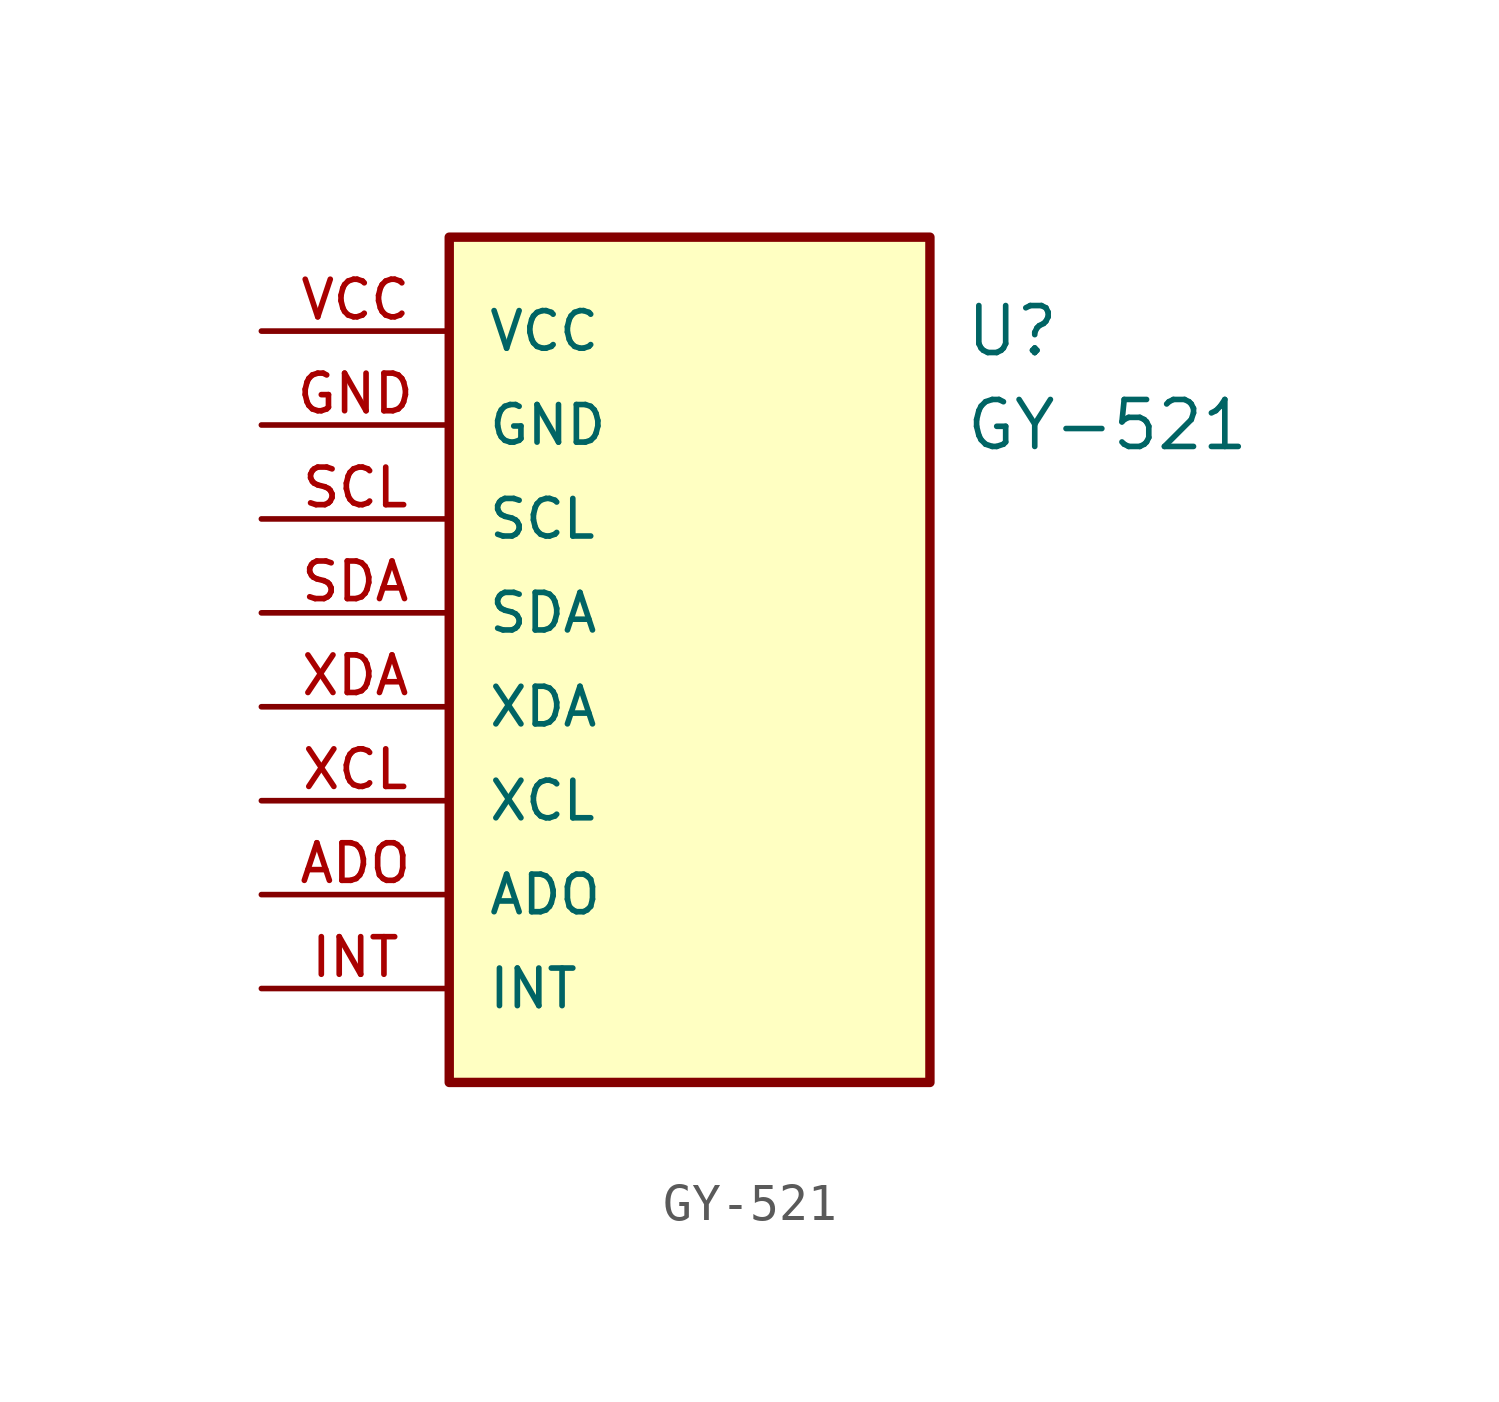
<source format=kicad_sym>
(kicad_symbol_lib
  (version 20211014)
  (generator kicad_symbol_editor)
  (symbol "GY-521"
    (pin_names
      (offset 1.016))
    (property "Reference" "U"
      (at 19.0 7.62 0)
      (effects (font (size 1.27 1.27)) (justify left)))
    (property "Value" "GY-521"
      (at 19.0 5.08 0)
      (effects (font (size 1.27 1.27)) (justify left)))
    (symbol "GY-521_0_0"
      (rectangle (start 5.08 -12.7) (end 18.08 10.16) (stroke (width 0.254)) (fill (type background)))
      (pin bidirectional line (at 0.0 7.62 0) (length 5.08) (name "VCC" (effects (font (size 1.016 1.016)))) (number "VCC" (effects (font (size 1.016 1.016)))))
      (pin bidirectional line (at 0.0 5.08 0) (length 5.08) (name "GND" (effects (font (size 1.016 1.016)))) (number "GND" (effects (font (size 1.016 1.016)))))
      (pin bidirectional line (at 0.0 2.54 0) (length 5.08) (name "SCL" (effects (font (size 1.016 1.016)))) (number "SCL" (effects (font (size 1.016 1.016)))))
      (pin bidirectional line (at 0.0 0.0 0) (length 5.08) (name "SDA" (effects (font (size 1.016 1.016)))) (number "SDA" (effects (font (size 1.016 1.016)))))
      (pin bidirectional line (at 0.0 -2.54 0) (length 5.08) (name "XDA" (effects (font (size 1.016 1.016)))) (number "XDA" (effects (font (size 1.016 1.016)))))
      (pin bidirectional line (at 0.0 -5.08 0) (length 5.08) (name "XCL" (effects (font (size 1.016 1.016)))) (number "XCL" (effects (font (size 1.016 1.016)))))
      (pin bidirectional line (at 0.0 -7.62 0) (length 5.08) (name "ADO" (effects (font (size 1.016 1.016)))) (number "ADO" (effects (font (size 1.016 1.016)))))
      (pin bidirectional line (at 0.0 -10.16 0) (length 5.08) (name "INT" (effects (font (size 1.016 1.016)))) (number "INT" (effects (font (size 1.016 1.016))))))))
</source>
